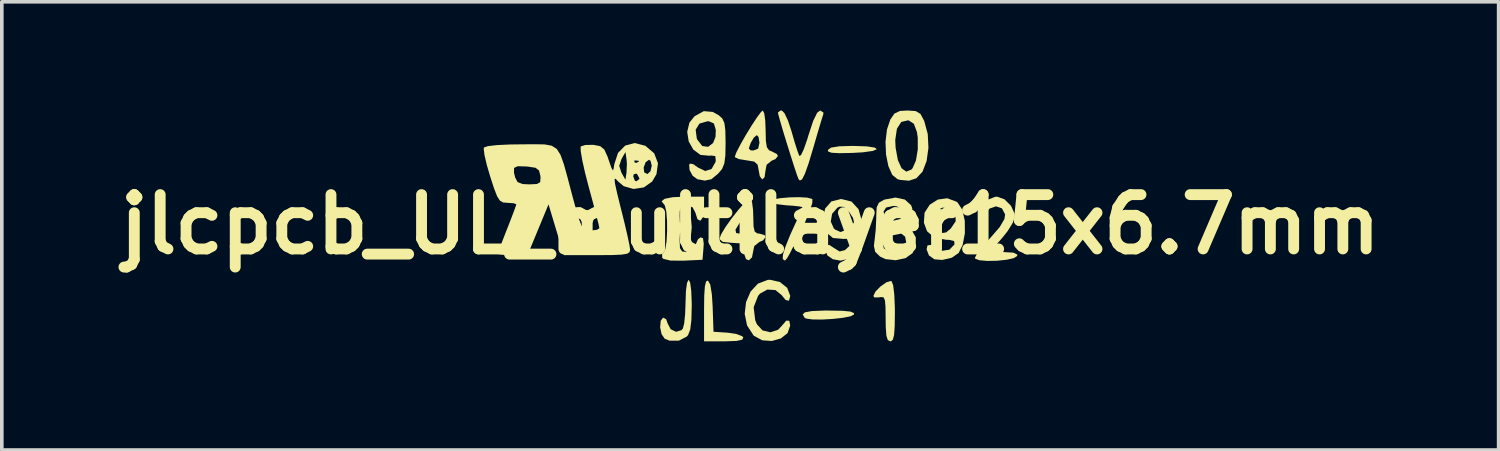
<source format=kicad_pcb>
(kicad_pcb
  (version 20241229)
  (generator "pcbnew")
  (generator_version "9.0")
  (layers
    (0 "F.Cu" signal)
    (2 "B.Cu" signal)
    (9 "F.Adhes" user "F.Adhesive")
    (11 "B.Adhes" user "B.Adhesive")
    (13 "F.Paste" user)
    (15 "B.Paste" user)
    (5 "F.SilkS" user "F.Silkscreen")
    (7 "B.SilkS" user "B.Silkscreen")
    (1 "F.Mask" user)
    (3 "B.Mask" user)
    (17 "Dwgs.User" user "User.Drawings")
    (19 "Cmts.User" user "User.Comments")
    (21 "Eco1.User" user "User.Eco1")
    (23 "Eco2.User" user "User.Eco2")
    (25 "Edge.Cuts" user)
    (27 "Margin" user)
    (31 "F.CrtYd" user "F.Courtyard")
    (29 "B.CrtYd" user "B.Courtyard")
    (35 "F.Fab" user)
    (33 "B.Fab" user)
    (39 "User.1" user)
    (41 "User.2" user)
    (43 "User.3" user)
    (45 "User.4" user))
  (footprint "jlcpcb_UL_multilayer15x6.7mm"
    (layer "F.Cu")
    (at 17.657 3.143)
    (property "Reference" "jlcpcb_UL_multilayer15x6.7mm" (at 0 0 0) (layer "F.SilkS") (effects (font (size 1.5 1.5) (thickness 0.3))))
    (attr board_only exclude_from_pos_files exclude_from_bom)
    (fp_poly (pts (xy 3.219 -2.153) (xy 3.439 -2.119) (xy 3.494 -2.074) (xy 3.384 -2.027) (xy 3.11 -1.989) (xy 2.816 -1.972) (xy 2.458 -1.965) (xy 2.245 -1.977) (xy 2.15 -2.013) (xy 2.144 -2.056) (xy 2.232 -2.119) (xy 2.458 -2.155) (xy 2.832 -2.166)) (stroke (width 0) (type solid)) (fill yes) (layer "F.SilkS"))
    (fp_poly (pts (xy 2.544 2.385) (xy 2.766 2.407) (xy 2.862 2.448) (xy 2.867 2.485) (xy 2.773 2.536) (xy 2.56 2.579) (xy 2.279 2.61) (xy 1.982 2.627) (xy 1.72 2.624) (xy 1.543 2.6) (xy 1.504 2.58) (xy 1.448 2.488) (xy 1.508 2.428) (xy 1.7 2.393) (xy 2.04 2.379) (xy 2.173 2.379)) (stroke (width 0) (type solid)) (fill yes) (layer "F.SilkS"))
    (fp_poly (pts (xy -1.103 1.659) (xy -1.058 1.935) (xy -1.037 2.275) (xy -1.013 2.964) (xy -0.619 2.99) (xy -0.375 3.027) (xy -0.218 3.09) (xy -0.191 3.122) (xy -0.222 3.183) (xy -0.378 3.217) (xy -0.68 3.228) (xy -0.715 3.228) (xy -1.274 3.228) (xy -1.274 2.372) (xy -1.269 1.964) (xy -1.251 1.706) (xy -1.218 1.575) (xy -1.168 1.55)) (stroke (width 0) (type solid)) (fill yes) (layer "F.SilkS"))
    (fp_poly (pts (xy 3.901 1.568) (xy 3.945 1.678) (xy 3.976 1.929) (xy 3.992 2.292) (xy 3.993 2.426) (xy 3.988 2.809) (xy 3.971 3.052) (xy 3.938 3.181) (xy 3.883 3.227) (xy 3.865 3.228) (xy 3.798 3.194) (xy 3.758 3.073) (xy 3.741 2.833) (xy 3.738 2.599) (xy 3.734 2.278) (xy 3.718 2.094) (xy 3.679 2.014) (xy 3.608 2.005) (xy 3.568 2.014) (xy 3.432 2.018) (xy 3.398 1.979) (xy 3.457 1.855) (xy 3.597 1.713) (xy 3.759 1.599) (xy 3.885 1.562)) (stroke (width 0) (type solid)) (fill yes) (layer "F.SilkS"))
    (fp_poly (pts (xy -1.658 1.609) (xy -1.628 1.828) (xy -1.615 2.157) (xy -1.614 2.245) (xy -1.624 2.64) (xy -1.655 2.899) (xy -1.715 3.054) (xy -1.748 3.095) (xy -1.967 3.209) (xy -2.228 3.21) (xy -2.361 3.156) (xy -2.447 3.03) (xy -2.486 2.84) (xy -2.471 2.662) (xy -2.406 2.574) (xy -2.32 2.617) (xy -2.279 2.734) (xy -2.195 2.895) (xy -2.046 2.965) (xy -1.898 2.92) (xy -1.859 2.875) (xy -1.823 2.738) (xy -1.797 2.483) (xy -1.785 2.166) (xy -1.785 2.145) (xy -1.774 1.833) (xy -1.744 1.615) (xy -1.701 1.529) (xy -1.699 1.529)) (stroke (width 0) (type solid)) (fill yes) (layer "F.SilkS"))
    (fp_poly (pts (xy 1.574 -0.738) (xy 1.708 -0.703) (xy 1.715 -0.697) (xy 1.714 -0.59) (xy 1.64 -0.361) (xy 1.504 -0.038) (xy 1.406 0.17) (xy 1.221 0.55) (xy 1.095 0.799) (xy 1.014 0.94) (xy 0.963 0.995) (xy 0.928 0.987) (xy 0.897 0.942) (xy 0.905 0.83) (xy 0.976 0.606) (xy 1.094 0.313) (xy 1.143 0.203) (xy 1.28 -0.096) (xy 1.384 -0.33) (xy 1.44 -0.46) (xy 1.444 -0.475) (xy 1.368 -0.494) (xy 1.171 -0.515) (xy 0.998 -0.526) (xy 0.749 -0.555) (xy 0.587 -0.602) (xy 0.552 -0.637) (xy 0.628 -0.685) (xy 0.821 -0.722) (xy 1.078 -0.745) (xy 1.347 -0.751)) (stroke (width 0) (type solid)) (fill yes) (layer "F.SilkS"))
    (fp_poly (pts (xy 0.818 1.591) (xy 1.02 1.751) (xy 1.104 1.969) (xy 1.104 1.982) (xy 1.069 2.108) (xy 0.976 2.087) (xy 0.869 1.954) (xy 0.696 1.813) (xy 0.475 1.799) (xy 0.27 1.911) (xy 0.217 1.973) (xy 0.095 2.286) (xy 0.137 2.64) (xy 0.184 2.757) (xy 0.339 2.926) (xy 0.556 2.979) (xy 0.768 2.91) (xy 0.869 2.803) (xy 0.994 2.657) (xy 1.078 2.661) (xy 1.104 2.79) (xy 1.031 3.001) (xy 0.846 3.148) (xy 0.596 3.219) (xy 0.333 3.2) (xy 0.104 3.077) (xy 0.09 3.063) (xy -0.087 2.79) (xy -0.152 2.47) (xy -0.115 2.145) (xy 0.011 1.854) (xy 0.213 1.636) (xy 0.481 1.533) (xy 0.545 1.529)) (stroke (width 0) (type solid)) (fill yes) (layer "F.SilkS"))
    (fp_poly (pts (xy 2.02 -3.089) (xy 2.017 -3.037) (xy 1.977 -2.913) (xy 1.903 -2.668) (xy 1.807 -2.341) (xy 1.744 -2.124) (xy 1.612 -1.686) (xy 1.511 -1.399) (xy 1.433 -1.245) (xy 1.372 -1.21) (xy 1.336 -1.246) (xy 1.294 -1.352) (xy 1.219 -1.577) (xy 1.122 -1.88) (xy 1.016 -2.219) (xy 0.914 -2.551) (xy 0.831 -2.835) (xy 0.777 -3.029) (xy 0.765 -3.089) (xy 0.832 -3.139) (xy 0.872 -3.143) (xy 0.947 -3.067) (xy 1.042 -2.865) (xy 1.137 -2.578) (xy 1.139 -2.57) (xy 1.227 -2.267) (xy 1.305 -2.022) (xy 1.355 -1.888) (xy 1.355 -1.888) (xy 1.402 -1.912) (xy 1.477 -2.071) (xy 1.569 -2.332) (xy 1.608 -2.461) (xy 1.737 -2.854) (xy 1.848 -3.081) (xy 1.931 -3.143)) (stroke (width 0) (type solid)) (fill yes) (layer "F.SilkS"))
    (fp_poly (pts (xy 7.017 -0.692) (xy 7.197 -0.514) (xy 7.299 -0.292) (xy 7.306 -0.224) (xy 7.25 -0.049) (xy 7.102 0.19) (xy 6.959 0.37) (xy 6.612 0.765) (xy 7.008 0.765) (xy 7.264 0.781) (xy 7.369 0.832) (xy 7.37 0.871) (xy 7.275 0.932) (xy 7.073 0.977) (xy 6.813 1.004) (xy 6.549 1.009) (xy 6.33 0.991) (xy 6.211 0.947) (xy 6.201 0.925) (xy 6.256 0.818) (xy 6.401 0.628) (xy 6.606 0.396) (xy 6.632 0.368) (xy 6.888 0.072) (xy 7.016 -0.146) (xy 7.035 -0.277) (xy 6.947 -0.442) (xy 6.783 -0.498) (xy 6.607 -0.436) (xy 6.525 -0.345) (xy 6.399 -0.195) (xy 6.314 -0.197) (xy 6.286 -0.335) (xy 6.359 -0.512) (xy 6.536 -0.671) (xy 6.754 -0.759) (xy 6.815 -0.765)) (stroke (width 0) (type solid)) (fill yes) (layer "F.SilkS"))
    (fp_poly (pts (xy 4.568 -3.127) (xy 4.698 -3.05) (xy 4.796 -2.868) (xy 4.804 -2.849) (xy 4.9 -2.494) (xy 4.919 -2.112) (xy 4.869 -1.75) (xy 4.756 -1.455) (xy 4.587 -1.274) (xy 4.584 -1.272) (xy 4.382 -1.205) (xy 4.143 -1.227) (xy 4.068 -1.246) (xy 3.921 -1.365) (xy 3.813 -1.607) (xy 3.749 -1.927) (xy 3.734 -2.28) (xy 3.74 -2.329) (xy 4.003 -2.329) (xy 4.013 -2.114) (xy 4.075 -1.775) (xy 4.177 -1.55) (xy 4.306 -1.456) (xy 4.446 -1.512) (xy 4.481 -1.55) (xy 4.574 -1.762) (xy 4.625 -2.069) (xy 4.624 -2.397) (xy 4.602 -2.548) (xy 4.517 -2.776) (xy 4.375 -2.869) (xy 4.356 -2.872) (xy 4.169 -2.827) (xy 4.049 -2.64) (xy 4.003 -2.329) (xy 3.74 -2.329) (xy 3.775 -2.621) (xy 3.867 -2.893) (xy 3.98 -3.059) (xy 4.132 -3.13) (xy 4.339 -3.143)) (stroke (width 0) (type solid)) (fill yes) (layer "F.SilkS"))
    (fp_poly (pts (xy 0.051 -0.612) (xy 0.079 -0.393) (xy 0.085 -0.207) (xy 0.092 0.061) (xy 0.125 0.2) (xy 0.197 0.25) (xy 0.255 0.255) (xy 0.393 0.294) (xy 0.425 0.348) (xy 0.354 0.442) (xy 0.255 0.485) (xy 0.112 0.599) (xy 0.085 0.727) (xy 0.049 0.91) (xy -0.036 0.992) (xy -0.116 0.96) (xy -0.158 0.841) (xy -0.17 0.708) (xy -0.191 0.58) (xy -0.286 0.523) (xy -0.501 0.51) (xy -0.51 0.51) (xy -0.758 0.483) (xy -0.849 0.405) (xy -0.849 0.398) (xy -0.802 0.272) (xy -0.726 0.146) (xy -0.407 0.146) (xy -0.389 0.238) (xy -0.297 0.255) (xy -0.195 0.18) (xy -0.17 0.026) (xy -0.177 -0.129) (xy -0.219 -0.131) (xy -0.295 -0.037) (xy -0.407 0.146) (xy -0.726 0.146) (xy -0.681 0.072) (xy -0.514 -0.164) (xy -0.331 -0.397) (xy -0.162 -0.59) (xy -0.037 -0.704) (xy 0.008 -0.717)) (stroke (width 0) (type solid)) (fill yes) (layer "F.SilkS"))
    (fp_poly (pts (xy 0.387 -3.066) (xy 0.415 -2.863) (xy 0.425 -2.601) (xy 0.432 -2.3) (xy 0.46 -2.128) (xy 0.522 -2.044) (xy 0.595 -2.014) (xy 0.732 -1.944) (xy 0.765 -1.887) (xy 0.694 -1.801) (xy 0.595 -1.759) (xy 0.453 -1.647) (xy 0.425 -1.5) (xy 0.395 -1.299) (xy 0.33 -1.241) (xy 0.264 -1.331) (xy 0.239 -1.464) (xy 0.204 -1.648) (xy 0.111 -1.733) (xy -0.095 -1.767) (xy -0.106 -1.768) (xy -0.311 -1.802) (xy -0.42 -1.853) (xy -0.425 -1.867) (xy -0.384 -1.984) (xy -0.325 -2.098) (xy -0.039 -2.098) (xy 0.008 -2.044) (xy 0.087 -2.039) (xy 0.219 -2.09) (xy 0.255 -2.251) (xy 0.23 -2.411) (xy 0.184 -2.464) (xy 0.1 -2.395) (xy 0.015 -2.251) (xy -0.039 -2.098) (xy -0.325 -2.098) (xy -0.277 -2.192) (xy -0.131 -2.45) (xy 0.031 -2.715) (xy 0.182 -2.946) (xy 0.298 -3.102) (xy 0.347 -3.143)) (stroke (width 0) (type solid)) (fill yes) (layer "F.SilkS"))
    (fp_poly (pts (xy 5.696 -0.625) (xy 5.727 -0.6) (xy 5.856 -0.399) (xy 5.922 -0.098) (xy 5.925 0.243) (xy 5.864 0.565) (xy 5.754 0.788) (xy 5.565 0.92) (xy 5.3 0.982) (xy 5.083 0.964) (xy 4.933 0.857) (xy 4.868 0.69) (xy 4.893 0.581) (xy 4.986 0.565) (xy 5.099 0.639) (xy 5.297 0.729) (xy 5.499 0.698) (xy 5.636 0.556) (xy 5.639 0.549) (xy 5.629 0.461) (xy 5.49 0.427) (xy 5.408 0.425) (xy 5.086 0.367) (xy 4.88 0.189) (xy 4.794 -0.046) (xy 4.794 -0.049) (xy 5.007 -0.049) (xy 5.098 0.118) (xy 5.161 0.163) (xy 5.308 0.238) (xy 5.407 0.222) (xy 5.536 0.114) (xy 5.672 -0.088) (xy 5.661 -0.285) (xy 5.522 -0.425) (xy 5.316 -0.464) (xy 5.144 -0.385) (xy 5.032 -0.232) (xy 5.007 -0.049) (xy 4.794 -0.049) (xy 4.812 -0.322) (xy 4.955 -0.543) (xy 5.179 -0.685) (xy 5.44 -0.721)) (stroke (width 0) (type solid)) (fill yes) (layer "F.SilkS"))
    (fp_poly (pts (xy 2.795 -0.63) (xy 2.989 -0.42) (xy 3.086 -0.077) (xy 3.096 0.141) (xy 3.081 0.434) (xy 3.029 0.621) (xy 2.917 0.765) (xy 2.858 0.818) (xy 2.662 0.963) (xy 2.49 1.001) (xy 2.28 0.962) (xy 2.13 0.857) (xy 2.064 0.69) (xy 2.089 0.581) (xy 2.182 0.567) (xy 2.307 0.649) (xy 2.468 0.748) (xy 2.617 0.71) (xy 2.617 0.709) (xy 2.767 0.569) (xy 2.78 0.453) (xy 2.66 0.398) (xy 2.573 0.402) (xy 2.283 0.376) (xy 2.089 0.215) (xy 2.006 -0.065) (xy 2.006 -0.078) (xy 2.224 -0.078) (xy 2.306 0.11) (xy 2.344 0.144) (xy 2.492 0.211) (xy 2.647 0.154) (xy 2.666 0.141) (xy 2.811 0.019) (xy 2.865 -0.058) (xy 2.837 -0.178) (xy 2.728 -0.347) (xy 2.727 -0.348) (xy 2.586 -0.483) (xy 2.464 -0.489) (xy 2.405 -0.459) (xy 2.26 -0.291) (xy 2.224 -0.078) (xy 2.006 -0.078) (xy 2.005 -0.119) (xy 2.066 -0.434) (xy 2.239 -0.633) (xy 2.507 -0.701)) (stroke (width 0) (type solid)) (fill yes) (layer "F.SilkS"))
    (fp_poly (pts (xy -1.036 -3.104) (xy -0.868 -3.011) (xy -0.77 -2.922) (xy -0.713 -2.799) (xy -0.687 -2.598) (xy -0.68 -2.274) (xy -0.68 -2.242) (xy -0.686 -1.903) (xy -0.714 -1.683) (xy -0.775 -1.533) (xy -0.881 -1.405) (xy -0.888 -1.398) (xy -1.073 -1.246) (xy -1.252 -1.208) (xy -1.461 -1.247) (xy -1.588 -1.34) (xy -1.674 -1.498) (xy -1.685 -1.644) (xy -1.665 -1.677) (xy -1.574 -1.663) (xy -1.44 -1.568) (xy -1.242 -1.473) (xy -1.067 -1.529) (xy -0.959 -1.719) (xy -0.951 -1.76) (xy -0.963 -1.884) (xy -1.08 -1.901) (xy -1.125 -1.894) (xy -1.375 -1.918) (xy -1.571 -2.064) (xy -1.698 -2.29) (xy -1.739 -2.553) (xy -1.725 -2.613) (xy -1.506 -2.613) (xy -1.475 -2.372) (xy -1.463 -2.343) (xy -1.324 -2.162) (xy -1.161 -2.141) (xy -1.024 -2.246) (xy -0.957 -2.418) (xy -0.95 -2.607) (xy -1.003 -2.785) (xy -1.136 -2.844) (xy -1.18 -2.846) (xy -1.401 -2.782) (xy -1.506 -2.613) (xy -1.725 -2.613) (xy -1.678 -2.808) (xy -1.537 -2.984) (xy -1.282 -3.125)) (stroke (width 0) (type solid)) (fill yes) (layer "F.SilkS"))
    (fp_poly (pts (xy 4.268 -0.685) (xy 4.439 -0.53) (xy 4.472 -0.448) (xy 4.481 -0.225) (xy 4.434 -0.079) (xy 4.388 0.07) (xy 4.464 0.173) (xy 4.571 0.36) (xy 4.567 0.604) (xy 4.481 0.793) (xy 4.287 0.932) (xy 4.014 0.99) (xy 3.734 0.959) (xy 3.581 0.887) (xy 3.449 0.758) (xy 3.414 0.594) (xy 3.43 0.455) (xy 3.653 0.455) (xy 3.685 0.657) (xy 3.804 0.745) (xy 4.032 0.747) (xy 4.236 0.688) (xy 4.315 0.547) (xy 4.315 0.545) (xy 4.275 0.338) (xy 4.115 0.212) (xy 3.88 0.201) (xy 3.866 0.205) (xy 3.694 0.303) (xy 3.653 0.455) (xy 3.43 0.455) (xy 3.433 0.436) (xy 3.465 0.139) (xy 3.479 -0.188) (xy 3.479 -0.234) (xy 3.485 -0.35) (xy 3.678 -0.35) (xy 3.741 -0.209) (xy 3.913 -0.094) (xy 4.118 -0.141) (xy 4.154 -0.163) (xy 4.235 -0.283) (xy 4.188 -0.413) (xy 4.043 -0.499) (xy 3.958 -0.51) (xy 3.752 -0.466) (xy 3.678 -0.35) (xy 3.485 -0.35) (xy 3.491 -0.472) (xy 3.553 -0.6) (xy 3.696 -0.68) (xy 3.706 -0.684) (xy 4.009 -0.74)) (stroke (width 0) (type solid)) (fill yes) (layer "F.SilkS"))
    (fp_poly (pts (xy -1.274 -0.418) (xy -1.305 -0.196) (xy -1.376 -0.1) (xy -1.457 -0.143) (xy -1.514 -0.325) (xy -1.593 -0.474) (xy -1.747 -0.51) (xy -1.89 -0.485) (xy -1.944 -0.377) (xy -1.948 -0.234) (xy -1.941 -0.058) (xy -1.917 -0.038) (xy -1.864 -0.154) (xy -1.774 -0.292) (xy -1.69 -0.278) (xy -1.631 -0.127) (xy -1.614 0.085) (xy -1.639 0.334) (xy -1.704 0.461) (xy -1.79 0.449) (xy -1.864 0.324) (xy -1.915 0.216) (xy -1.939 0.244) (xy -1.948 0.424) (xy -1.948 0.446) (xy -1.939 0.656) (xy -1.879 0.746) (xy -1.747 0.765) (xy -1.573 0.713) (xy -1.514 0.58) (xy -1.446 0.417) (xy -1.375 0.359) (xy -1.303 0.381) (xy -1.283 0.533) (xy -1.29 0.649) (xy -1.317 0.977) (xy -1.84 1.002) (xy -2.199 1) (xy -2.397 0.952) (xy -2.429 0.922) (xy -2.433 0.811) (xy -2.394 0.784) (xy -2.344 0.688) (xy -2.31 0.475) (xy -2.294 0.197) (xy -2.296 -0.097) (xy -2.316 -0.353) (xy -2.356 -0.52) (xy -2.38 -0.553) (xy -2.447 -0.638) (xy -2.361 -0.706) (xy -2.137 -0.75) (xy -1.821 -0.765) (xy -1.274 -0.765)) (stroke (width 0) (type solid)) (fill yes) (layer "F.SilkS"))
    (fp_poly (pts (xy -2.894 -2.169) (xy -2.65 -1.961) (xy -2.546 -1.687) (xy -2.588 -1.385) (xy -2.707 -1.182) (xy -2.936 -1.02) (xy -3.219 -0.977) (xy -3.492 -1.054) (xy -3.657 -1.194) (xy -3.718 -1.262) (xy -3.744 -1.245) (xy -3.732 -1.126) (xy -3.679 -0.884) (xy -3.585 -0.5) (xy -3.566 -0.425) (xy -3.467 -0.028) (xy -3.387 0.318) (xy -3.333 0.575) (xy -3.315 0.701) (xy -3.331 0.767) (xy -3.399 0.81) (xy -3.55 0.835) (xy -3.812 0.847) (xy -4.213 0.849) (xy -4.229 0.849) (xy -5.145 0.849) (xy -5.356 0.149) (xy -5.567 -0.552) (xy -5.857 0.149) (xy -6.147 0.849) (xy -6.557 0.849) (xy -6.794 0.842) (xy -6.942 0.823) (xy -6.966 0.809) (xy -6.937 0.717) (xy -6.859 0.507) (xy -6.748 0.22) (xy -6.711 0.127) (xy -6.593 -0.175) (xy -6.504 -0.411) (xy -6.459 -0.542) (xy -6.456 -0.554) (xy -6.53 -0.583) (xy -6.701 -0.595) (xy -6.821 -0.604) (xy -6.909 -0.655) (xy -6.987 -0.777) (xy -7.074 -1.003) (xy -7.175 -1.314) (xy -7.208 -1.426) (xy -6.52 -1.426) (xy -6.488 -1.295) (xy -6.422 -1.168) (xy -6.281 -1.113) (xy -6.101 -1.104) (xy -5.886 -1.114) (xy -5.797 -1.165) (xy -5.787 -1.292) (xy -5.792 -1.338) (xy -5.829 -1.488) (xy -5.926 -1.562) (xy -6.134 -1.594) (xy -6.18 -1.598) (xy -6.417 -1.605) (xy -6.518 -1.559) (xy -6.52 -1.426) (xy -7.208 -1.426) (xy -7.272 -1.645) (xy -7.335 -1.917) (xy -7.356 -2.089) (xy -7.35 -2.121) (xy -7.243 -2.159) (xy -6.994 -2.188) (xy -6.629 -2.205) (xy -6.322 -2.209) (xy -5.947 -2.212) (xy -5.673 -2.207) (xy -5.479 -2.171) (xy -5.34 -2.083) (xy -5.236 -1.919) (xy -5.143 -1.659) (xy -5.038 -1.279) (xy -4.92 -0.828) (xy -4.806 -0.41) (xy -4.721 -0.129) (xy -4.652 0.043) (xy -4.584 0.132) (xy -4.505 0.165) (xy -4.407 0.17) (xy -4.232 0.15) (xy -4.163 0.106) (xy -4.184 0.004) (xy -4.242 -0.229) (xy -4.329 -0.559) (xy -4.436 -0.955) (xy -4.454 -1.02) (xy -4.558 -1.422) (xy -4.635 -1.766) (xy -4.678 -2.018) (xy -4.681 -2.145) (xy -4.677 -2.151) (xy -4.553 -2.191) (xy -4.343 -2.195) (xy -4.322 -2.194) (xy -4.139 -2.158) (xy -4.027 -2.065) (xy -3.937 -1.868) (xy -3.909 -1.784) (xy -3.832 -1.562) (xy -3.79 -1.487) (xy -3.767 -1.547) (xy -3.758 -1.617) (xy -3.616 -1.617) (xy -3.556 -1.431) (xy -3.552 -1.423) (xy -3.444 -1.232) (xy -3.431 -1.322) (xy -3.228 -1.322) (xy -3.184 -1.206) (xy -3.143 -1.189) (xy -3.061 -1.25) (xy -3.058 -1.269) (xy -3.12 -1.384) (xy -3.143 -1.402) (xy -3.216 -1.382) (xy -3.228 -1.322) (xy -3.431 -1.322) (xy -3.415 -1.423) (xy -3.409 -1.566) (xy -2.942 -1.566) (xy -2.925 -1.435) (xy -2.837 -1.389) (xy -2.753 -1.467) (xy -2.718 -1.619) (xy -2.751 -1.754) (xy -2.794 -1.784) (xy -2.887 -1.714) (xy -2.942 -1.566) (xy -3.409 -1.566) (xy -3.404 -1.673) (xy -3.411 -1.756) (xy -3.2 -1.756) (xy -3.188 -1.705) (xy -3.143 -1.699) (xy -3.073 -1.73) (xy -3.087 -1.756) (xy -3.187 -1.766) (xy -3.2 -1.756) (xy -3.411 -1.756) (xy -3.415 -1.805) (xy -3.444 -1.996) (xy -3.552 -1.805) (xy -3.616 -1.617) (xy -3.758 -1.617) (xy -3.752 -1.657) (xy -3.65 -1.972) (xy -3.45 -2.175) (xy -3.185 -2.245)) (stroke (width 0) (type solid)) (fill yes) (layer "F.SilkS")))
  (gr_rect
    (start -3 -3)
    (end 38.314 9.371)
    (stroke (width 0.1) (type default))
    (fill no)
    (layer "Edge.Cuts")))
</source>
